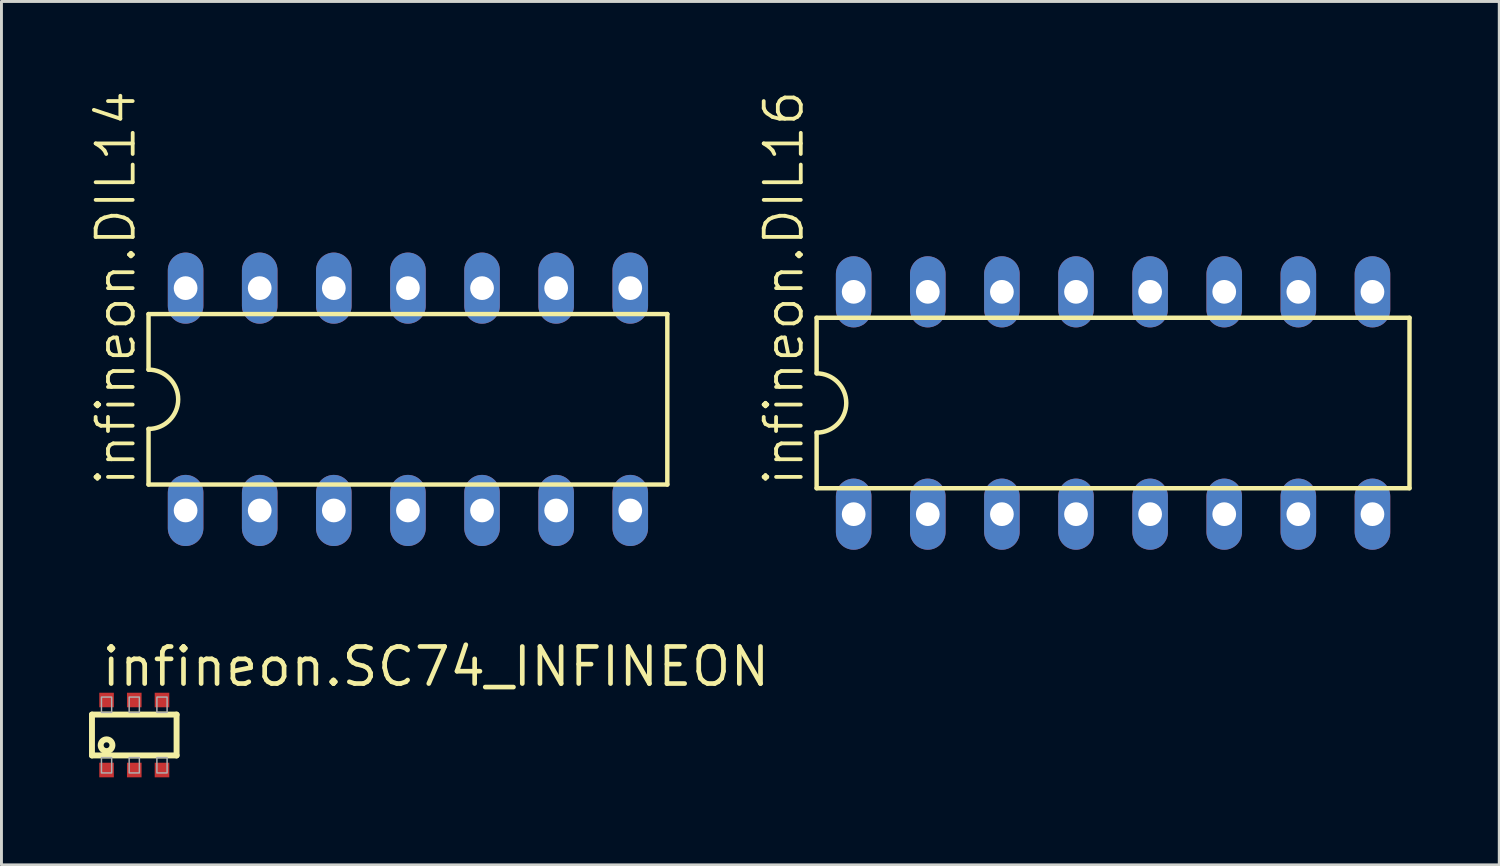
<source format=kicad_pcb>
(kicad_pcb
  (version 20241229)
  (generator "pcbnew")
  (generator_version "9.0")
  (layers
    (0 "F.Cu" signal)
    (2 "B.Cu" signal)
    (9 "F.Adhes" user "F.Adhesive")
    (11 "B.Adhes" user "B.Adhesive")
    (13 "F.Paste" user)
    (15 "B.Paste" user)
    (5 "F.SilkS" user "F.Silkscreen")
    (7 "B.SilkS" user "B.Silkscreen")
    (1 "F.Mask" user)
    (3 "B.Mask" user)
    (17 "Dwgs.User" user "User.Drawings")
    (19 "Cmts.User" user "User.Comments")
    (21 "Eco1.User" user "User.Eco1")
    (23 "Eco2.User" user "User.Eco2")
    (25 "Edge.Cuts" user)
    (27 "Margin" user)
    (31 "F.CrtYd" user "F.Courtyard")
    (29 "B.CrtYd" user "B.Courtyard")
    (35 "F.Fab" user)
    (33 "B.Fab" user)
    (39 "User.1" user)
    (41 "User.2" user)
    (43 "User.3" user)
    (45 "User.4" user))
  (footprint "infineon.SC74_INFINEON"
    (layer "F.Cu")
    (at 1.552 22.141)
    (property "Reference" "infineon.SC74_INFINEON" (at -1.2 -1.6 0) (layer "F.SilkS") (effects (font (size 1.27 1.27) (thickness 0.16)) (justify left bottom)))
    (attr smd)
    (fp_line (start -1.45 -0.7) (end -1.45 0.7) (stroke (width 0.203) (type default)) (layer "F.SilkS"))
    (fp_line (start -1.45 0.7) (end 1.45 0.7) (stroke (width 0.203) (type default)) (layer "F.SilkS"))
    (fp_line (start 1.45 -0.7) (end -1.45 -0.7) (stroke (width 0.203) (type default)) (layer "F.SilkS"))
    (fp_line (start 1.45 0.7) (end 1.45 -0.7) (stroke (width 0.203) (type default)) (layer "F.SilkS"))
    (fp_circle (center -0.95 0.35) (end -0.85 0.35) (stroke (width 0.203) (type default)) (fill no) (layer "F.SilkS"))
    (fp_rect (start -1.125 -0.775) (end -0.775 -1.3) (stroke (width 0.05) (type default)) (fill no) (layer "F.Fab"))
    (fp_rect (start -1.125 1.3) (end -0.775 0.775) (stroke (width 0.05) (type default)) (fill no) (layer "F.Fab"))
    (fp_rect (start -0.175 -0.775) (end 0.175 -1.3) (stroke (width 0.05) (type default)) (fill no) (layer "F.Fab"))
    (fp_rect (start -0.175 1.3) (end 0.175 0.775) (stroke (width 0.05) (type default)) (fill no) (layer "F.Fab"))
    (fp_rect (start 0.775 -0.775) (end 1.125 -1.3) (stroke (width 0.05) (type default)) (fill no) (layer "F.Fab"))
    (fp_rect (start 0.775 1.3) (end 1.125 0.775) (stroke (width 0.05) (type default)) (fill no) (layer "F.Fab"))
    (pad "1" smd roundrect (at -0.95 1.2) (size 0.5 0.5) (layers "F.Cu" "F.Mask" "F.Paste") (roundrect_rratio 0.01))
    (pad "2" smd roundrect (at 0 1.2) (size 0.5 0.5) (layers "F.Cu" "F.Mask" "F.Paste") (roundrect_rratio 0.01))
    (pad "3" smd roundrect (at 0.95 1.2) (size 0.5 0.5) (layers "F.Cu" "F.Mask" "F.Paste") (roundrect_rratio 0.01))
    (pad "4" smd roundrect (at 0.95 -1.2) (size 0.5 0.5) (layers "F.Cu" "F.Mask" "F.Paste") (roundrect_rratio 0.01))
    (pad "5" smd roundrect (at 0 -1.2) (size 0.5 0.5) (layers "F.Cu" "F.Mask" "F.Paste") (roundrect_rratio 0.01))
    (pad "6" smd roundrect (at -0.95 -1.2) (size 0.5 0.5) (layers "F.Cu" "F.Mask" "F.Paste") (roundrect_rratio 0.01)))
  (footprint "infineon.DIL14"
    (layer "F.Cu")
    (at 10.931 10.635)
    (property "Reference" "infineon.DIL14" (at -9.271 3.048 90) (layer "F.SilkS") (effects (font (size 1.27 1.27) (thickness 0.13)) (justify left bottom)))
    (attr through_hole)
    (fp_line (start -8.89 -2.921) (end -8.89 -1.016) (stroke (width 0.152) (type default)) (layer "F.SilkS"))
    (fp_line (start -8.89 2.921) (end -8.89 1.016) (stroke (width 0.152) (type default)) (layer "F.SilkS"))
    (fp_line (start -8.89 2.921) (end 8.89 2.921) (stroke (width 0.152) (type default)) (layer "F.SilkS"))
    (fp_line (start 8.89 -2.921) (end -8.89 -2.921) (stroke (width 0.152) (type default)) (layer "F.SilkS"))
    (fp_line (start 8.89 -2.921) (end 8.89 2.921) (stroke (width 0.152) (type default)) (layer "F.SilkS"))
    (fp_arc (start -8.89 -1.016) (mid -7.874 0) (end -8.89 1.016) (stroke (width 0.1524) (type default)) (layer "F.SilkS"))
    (pad "1" thru_hole oval (at -7.62 3.81 90) (size 2.438 1.219) (drill 0.813) (layers "*.Cu" "*.Mask"))
    (pad "2" thru_hole oval (at -5.08 3.81 90) (size 2.438 1.219) (drill 0.813) (layers "*.Cu" "*.Mask"))
    (pad "3" thru_hole oval (at -2.54 3.81 90) (size 2.438 1.219) (drill 0.813) (layers "*.Cu" "*.Mask"))
    (pad "4" thru_hole oval (at 0 3.81 90) (size 2.438 1.219) (drill 0.813) (layers "*.Cu" "*.Mask"))
    (pad "5" thru_hole oval (at 2.54 3.81 90) (size 2.438 1.219) (drill 0.813) (layers "*.Cu" "*.Mask"))
    (pad "6" thru_hole oval (at 5.08 3.81 90) (size 2.438 1.219) (drill 0.813) (layers "*.Cu" "*.Mask"))
    (pad "7" thru_hole oval (at 7.62 3.81 90) (size 2.438 1.219) (drill 0.813) (layers "*.Cu" "*.Mask"))
    (pad "8" thru_hole oval (at 7.62 -3.81 90) (size 2.438 1.219) (drill 0.813) (layers "*.Cu" "*.Mask"))
    (pad "9" thru_hole oval (at 5.08 -3.81 90) (size 2.438 1.219) (drill 0.813) (layers "*.Cu" "*.Mask"))
    (pad "10" thru_hole oval (at 2.54 -3.81 90) (size 2.438 1.219) (drill 0.813) (layers "*.Cu" "*.Mask"))
    (pad "11" thru_hole oval (at 0 -3.81 90) (size 2.438 1.219) (drill 0.813) (layers "*.Cu" "*.Mask"))
    (pad "12" thru_hole oval (at -2.54 -3.81 90) (size 2.438 1.219) (drill 0.813) (layers "*.Cu" "*.Mask"))
    (pad "13" thru_hole oval (at -5.08 -3.81 90) (size 2.438 1.219) (drill 0.813) (layers "*.Cu" "*.Mask"))
    (pad "14" thru_hole oval (at -7.62 -3.81 90) (size 2.438 1.219) (drill 0.813) (layers "*.Cu" "*.Mask")))
  (footprint "infineon.DIL16"
    (layer "F.Cu")
    (at 35.098 10.762)
    (property "Reference" "infineon.DIL16" (at -10.541 2.921 90) (layer "F.SilkS") (effects (font (size 1.27 1.27) (thickness 0.13)) (justify left bottom)))
    (attr through_hole)
    (fp_line (start -10.16 -2.921) (end -10.16 -1.016) (stroke (width 0.152) (type default)) (layer "F.SilkS"))
    (fp_line (start -10.16 2.921) (end -10.16 1.016) (stroke (width 0.152) (type default)) (layer "F.SilkS"))
    (fp_line (start -10.16 2.921) (end 10.16 2.921) (stroke (width 0.152) (type default)) (layer "F.SilkS"))
    (fp_line (start 10.16 -2.921) (end -10.16 -2.921) (stroke (width 0.152) (type default)) (layer "F.SilkS"))
    (fp_line (start 10.16 -2.921) (end 10.16 2.921) (stroke (width 0.152) (type default)) (layer "F.SilkS"))
    (fp_arc (start -10.16 -1.016) (mid -9.144 0) (end -10.16 1.016) (stroke (width 0.1524) (type default)) (layer "F.SilkS"))
    (pad "1" thru_hole oval (at -8.89 3.81 90) (size 2.438 1.219) (drill 0.813) (layers "*.Cu" "*.Mask"))
    (pad "2" thru_hole oval (at -6.35 3.81 90) (size 2.438 1.219) (drill 0.813) (layers "*.Cu" "*.Mask"))
    (pad "3" thru_hole oval (at -3.81 3.81 90) (size 2.438 1.219) (drill 0.813) (layers "*.Cu" "*.Mask"))
    (pad "4" thru_hole oval (at -1.27 3.81 90) (size 2.438 1.219) (drill 0.813) (layers "*.Cu" "*.Mask"))
    (pad "5" thru_hole oval (at 1.27 3.81 90) (size 2.438 1.219) (drill 0.813) (layers "*.Cu" "*.Mask"))
    (pad "6" thru_hole oval (at 3.81 3.81 90) (size 2.438 1.219) (drill 0.813) (layers "*.Cu" "*.Mask"))
    (pad "7" thru_hole oval (at 6.35 3.81 90) (size 2.438 1.219) (drill 0.813) (layers "*.Cu" "*.Mask"))
    (pad "8" thru_hole oval (at 8.89 3.81 90) (size 2.438 1.219) (drill 0.813) (layers "*.Cu" "*.Mask"))
    (pad "9" thru_hole oval (at 8.89 -3.81 90) (size 2.438 1.219) (drill 0.813) (layers "*.Cu" "*.Mask"))
    (pad "10" thru_hole oval (at 6.35 -3.81 90) (size 2.438 1.219) (drill 0.813) (layers "*.Cu" "*.Mask"))
    (pad "11" thru_hole oval (at 3.81 -3.81 90) (size 2.438 1.219) (drill 0.813) (layers "*.Cu" "*.Mask"))
    (pad "12" thru_hole oval (at 1.27 -3.81 90) (size 2.438 1.219) (drill 0.813) (layers "*.Cu" "*.Mask"))
    (pad "13" thru_hole oval (at -1.27 -3.81 90) (size 2.438 1.219) (drill 0.813) (layers "*.Cu" "*.Mask"))
    (pad "14" thru_hole oval (at -3.81 -3.81 90) (size 2.438 1.219) (drill 0.813) (layers "*.Cu" "*.Mask"))
    (pad "15" thru_hole oval (at -6.35 -3.81 90) (size 2.438 1.219) (drill 0.813) (layers "*.Cu" "*.Mask"))
    (pad "16" thru_hole oval (at -8.89 -3.81 90) (size 2.438 1.219) (drill 0.813) (layers "*.Cu" "*.Mask")))
  (gr_rect
    (start -3 -3)
    (end 48.334 26.591)
    (stroke (width 0.1) (type default))
    (fill no)
    (layer "Edge.Cuts")))
</source>
